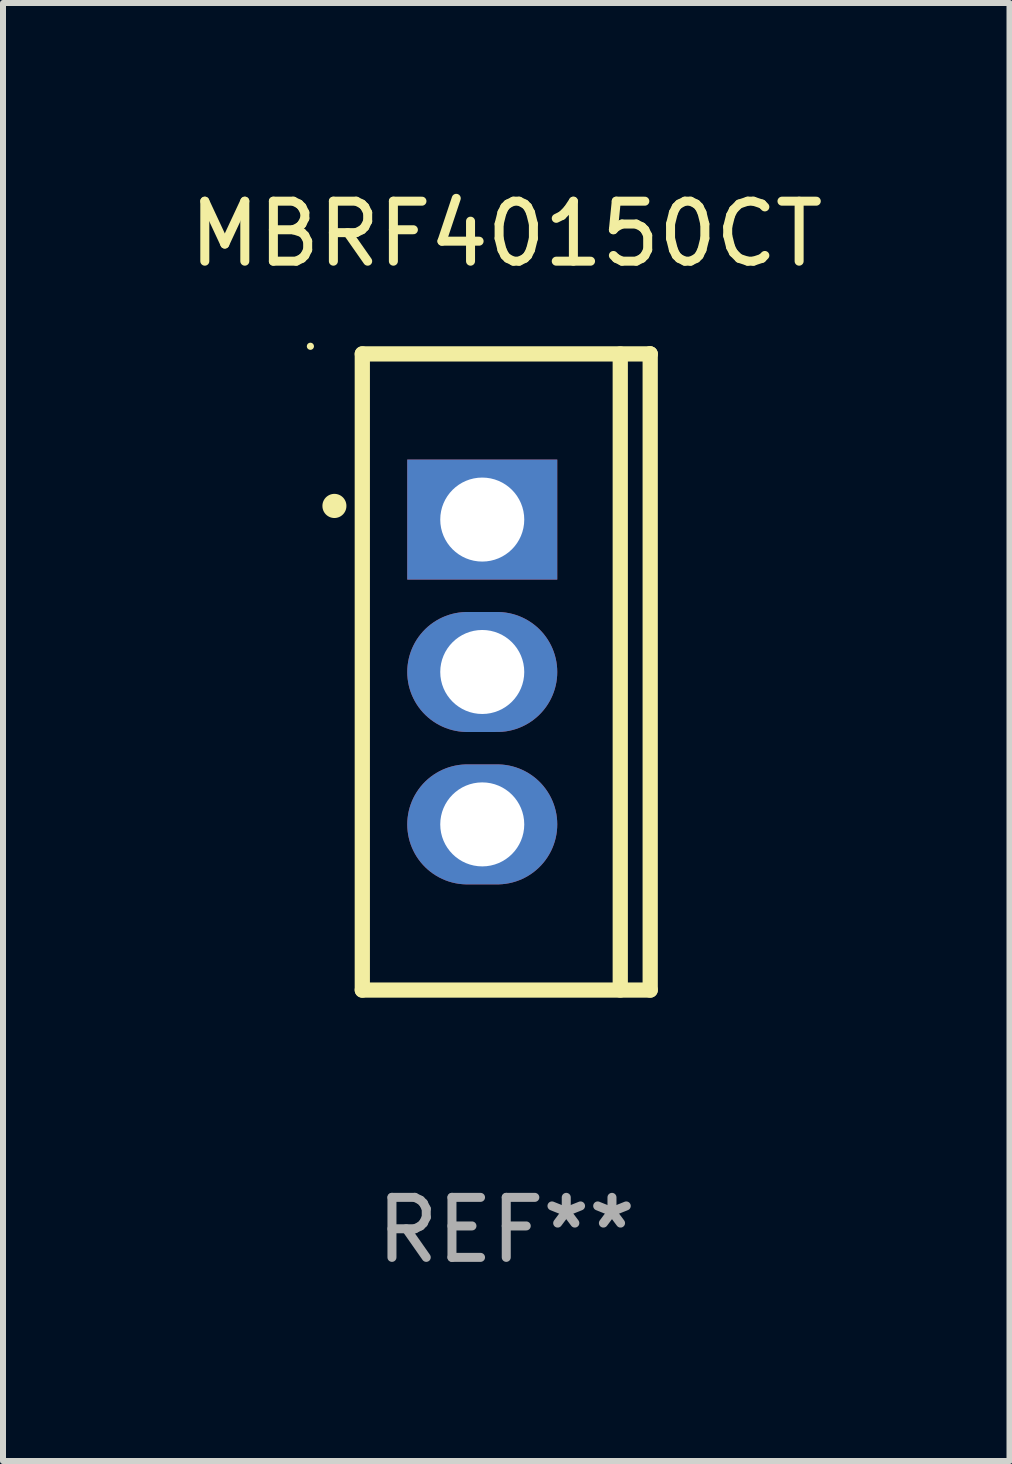
<source format=kicad_pcb>
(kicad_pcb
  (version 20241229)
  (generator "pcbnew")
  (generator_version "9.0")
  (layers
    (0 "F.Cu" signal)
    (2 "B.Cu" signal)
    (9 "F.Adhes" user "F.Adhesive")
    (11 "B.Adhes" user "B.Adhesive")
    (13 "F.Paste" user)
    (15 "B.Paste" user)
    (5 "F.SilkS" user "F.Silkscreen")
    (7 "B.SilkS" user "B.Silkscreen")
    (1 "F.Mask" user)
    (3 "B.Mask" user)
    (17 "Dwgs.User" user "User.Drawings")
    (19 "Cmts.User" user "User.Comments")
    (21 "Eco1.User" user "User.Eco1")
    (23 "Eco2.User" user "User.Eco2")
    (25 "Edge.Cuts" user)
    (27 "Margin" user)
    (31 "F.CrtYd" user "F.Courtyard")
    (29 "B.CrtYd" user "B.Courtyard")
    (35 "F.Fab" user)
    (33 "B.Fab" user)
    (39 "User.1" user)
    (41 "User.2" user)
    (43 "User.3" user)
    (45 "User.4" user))
  (footprint "MBRF40150CT"
    (layer "F.Cu")
    (at 5.387 8.149)
    (property "Reference" "MBRF40150CT" (at 0 -7.301 0) (layer "F.SilkS") (effects (font (size 1 1) (thickness 0.15))))
    (attr through_hole)
    (fp_line (start -2.399 -5.301) (end 2.394 -5.301) (stroke (width 0.254) (type solid)) (layer "F.SilkS"))
    (fp_line (start -2.399 5.301) (end -2.399 -5.301) (stroke (width 0.254) (type solid)) (layer "F.SilkS"))
    (fp_line (start 1.9 5.3) (end 1.9 -5.3) (stroke (width 0.254) (type solid)) (layer "F.SilkS"))
    (fp_line (start 2.394 -5.301) (end 2.399 -5.301) (stroke (width 0.254) (type solid)) (layer "F.SilkS"))
    (fp_line (start 2.399 -5.301) (end 2.399 5.301) (stroke (width 0.254) (type solid)) (layer "F.SilkS"))
    (fp_line (start 2.399 5.301) (end -2.399 5.301) (stroke (width 0.254) (type solid)) (layer "F.SilkS"))
    (fp_arc (start -2.863843 -2.766066) (mid -2.863847 -2.767336) (end -2.863843 -2.768606) (stroke (width 0.4) (type solid)) (layer "F.SilkS"))
    (fp_circle (center -3.264 -5.428) (end -3.234 -5.428) (stroke (width 0.06) (type solid)) (fill no) (layer "F.SilkS"))
    (fp_text user "REF**" (at 0 9.301 0) (layer "F.Fab") (effects (font (size 1 1) (thickness 0.15))))
    (pad "1" thru_hole rect (at -0.4 -2.54 270) (size 2 2.5) (drill 1.4) (layers "*.Cu" "*.Mask"))
    (pad "2" thru_hole oval (at -0.4 0 270) (size 2 2.5) (drill 1.4) (layers "*.Cu" "*.Mask"))
    (pad "3" thru_hole oval (at -0.4 2.54 270) (size 2 2.5) (drill 1.4) (layers "*.Cu" "*.Mask")))
  (gr_rect
    (start -3 -3)
    (end 13.774 21.299)
    (stroke (width 0.1) (type default))
    (fill no)
    (layer "Edge.Cuts")))
</source>
